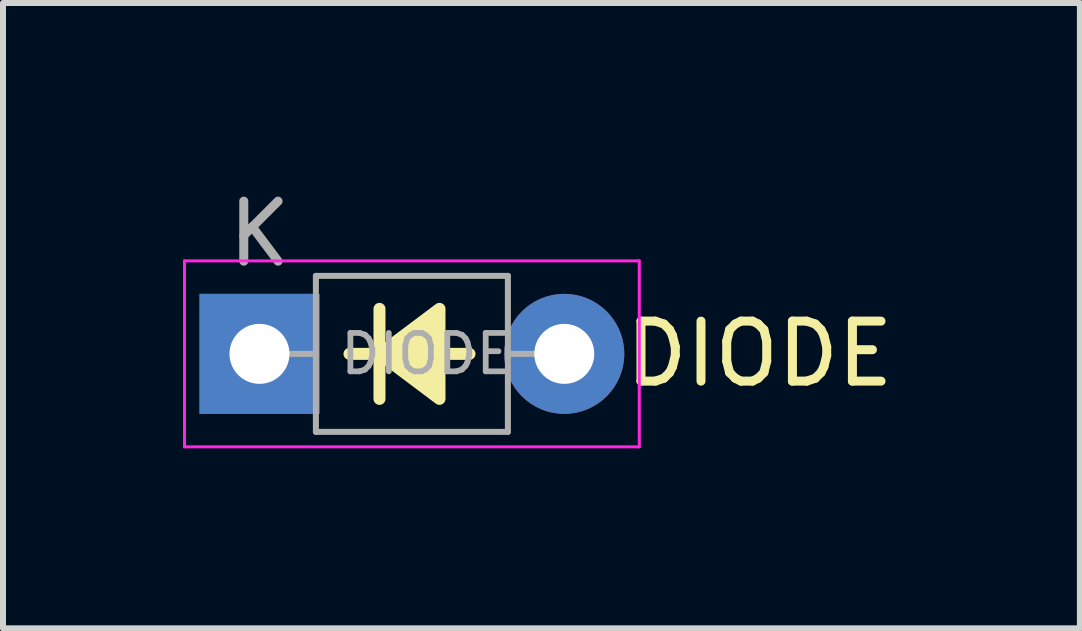
<source format=kicad_pcb>
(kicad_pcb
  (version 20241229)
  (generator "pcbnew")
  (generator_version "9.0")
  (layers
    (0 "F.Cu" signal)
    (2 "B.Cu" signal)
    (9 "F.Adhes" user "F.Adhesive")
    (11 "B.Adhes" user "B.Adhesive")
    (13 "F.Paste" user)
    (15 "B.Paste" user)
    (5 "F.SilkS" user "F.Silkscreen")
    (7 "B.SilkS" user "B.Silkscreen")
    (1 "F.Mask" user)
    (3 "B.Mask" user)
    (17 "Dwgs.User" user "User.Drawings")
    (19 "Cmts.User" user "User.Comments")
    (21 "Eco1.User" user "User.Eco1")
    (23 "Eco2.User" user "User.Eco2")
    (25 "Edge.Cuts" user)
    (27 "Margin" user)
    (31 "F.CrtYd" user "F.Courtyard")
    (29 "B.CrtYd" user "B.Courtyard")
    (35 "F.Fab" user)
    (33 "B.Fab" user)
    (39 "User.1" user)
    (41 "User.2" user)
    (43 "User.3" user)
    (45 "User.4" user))
  (footprint "DIODE"
    (layer "F.Cu")
    (at 1.275 2.848)
    (property "Reference" "DIODE" (at 8.335 -0.00046 0) (layer "F.SilkS") (effects (font (size 1 1) (thickness 0.15))))
    (attr through_hole)
    (fp_line (start 1.5 0) (end 3.5 0) (stroke (width 0.2) (type solid)) (layer "F.SilkS"))
    (fp_line (start 2 -0.75) (end 2 0.75) (stroke (width 0.2) (type solid)) (layer "F.SilkS"))
    (fp_line (start 2 0) (end 2.25 0) (stroke (width 0.12) (type solid)) (layer "F.SilkS"))
    (fp_poly (pts (xy 2 0) (xy 3 -0.75) (xy 3 0.75)) (stroke (width 0.2) (type solid)) (fill yes) (layer "F.SilkS"))
    (fp_line (start -1.25 -1.55) (end -1.25 1.55) (stroke (width 0.05) (type solid)) (layer "F.CrtYd"))
    (fp_line (start -1.25 1.55) (end 6.33 1.55) (stroke (width 0.05) (type solid)) (layer "F.CrtYd"))
    (fp_line (start 6.33 -1.55) (end -1.25 -1.55) (stroke (width 0.05) (type solid)) (layer "F.CrtYd"))
    (fp_line (start 6.33 1.55) (end 6.33 -1.55) (stroke (width 0.05) (type solid)) (layer "F.CrtYd"))
    (fp_line (start 0 0) (end 0.94 0) (stroke (width 0.1) (type solid)) (layer "F.Fab"))
    (fp_line (start 0.94 -1.3) (end 0.94 1.3) (stroke (width 0.1) (type solid)) (layer "F.Fab"))
    (fp_line (start 0.94 1.3) (end 4.14 1.3) (stroke (width 0.1) (type solid)) (layer "F.Fab"))
    (fp_line (start 4.14 -1.3) (end 0.94 -1.3) (stroke (width 0.1) (type solid)) (layer "F.Fab"))
    (fp_line (start 4.14 1.3) (end 4.14 -1.3) (stroke (width 0.1) (type solid)) (layer "F.Fab"))
    (fp_line (start 5.08 0) (end 4.14 0) (stroke (width 0.1) (type solid)) (layer "F.Fab"))
    (fp_text user "K" (at 0 -2 0) (layer "F.Fab") (effects (font (size 1 1) (thickness 0.15))))
    (fp_text user "${REFERENCE}" (at 2.78 0 0) (layer "F.Fab") (effects (font (size 0.64 0.64) (thickness 0.096))))
    (pad "1" thru_hole rect (at 0 0) (size 2 2) (drill 1) (layers "*.Cu" "*.Mask"))
    (pad "2" thru_hole oval (at 5.08 0) (size 2 2) (drill 1) (layers "*.Cu" "*.Mask")))
  (gr_rect
    (start -3 -3)
    (end 14.949 7.423)
    (stroke (width 0.1) (type default))
    (fill no)
    (layer "Edge.Cuts")))
</source>
